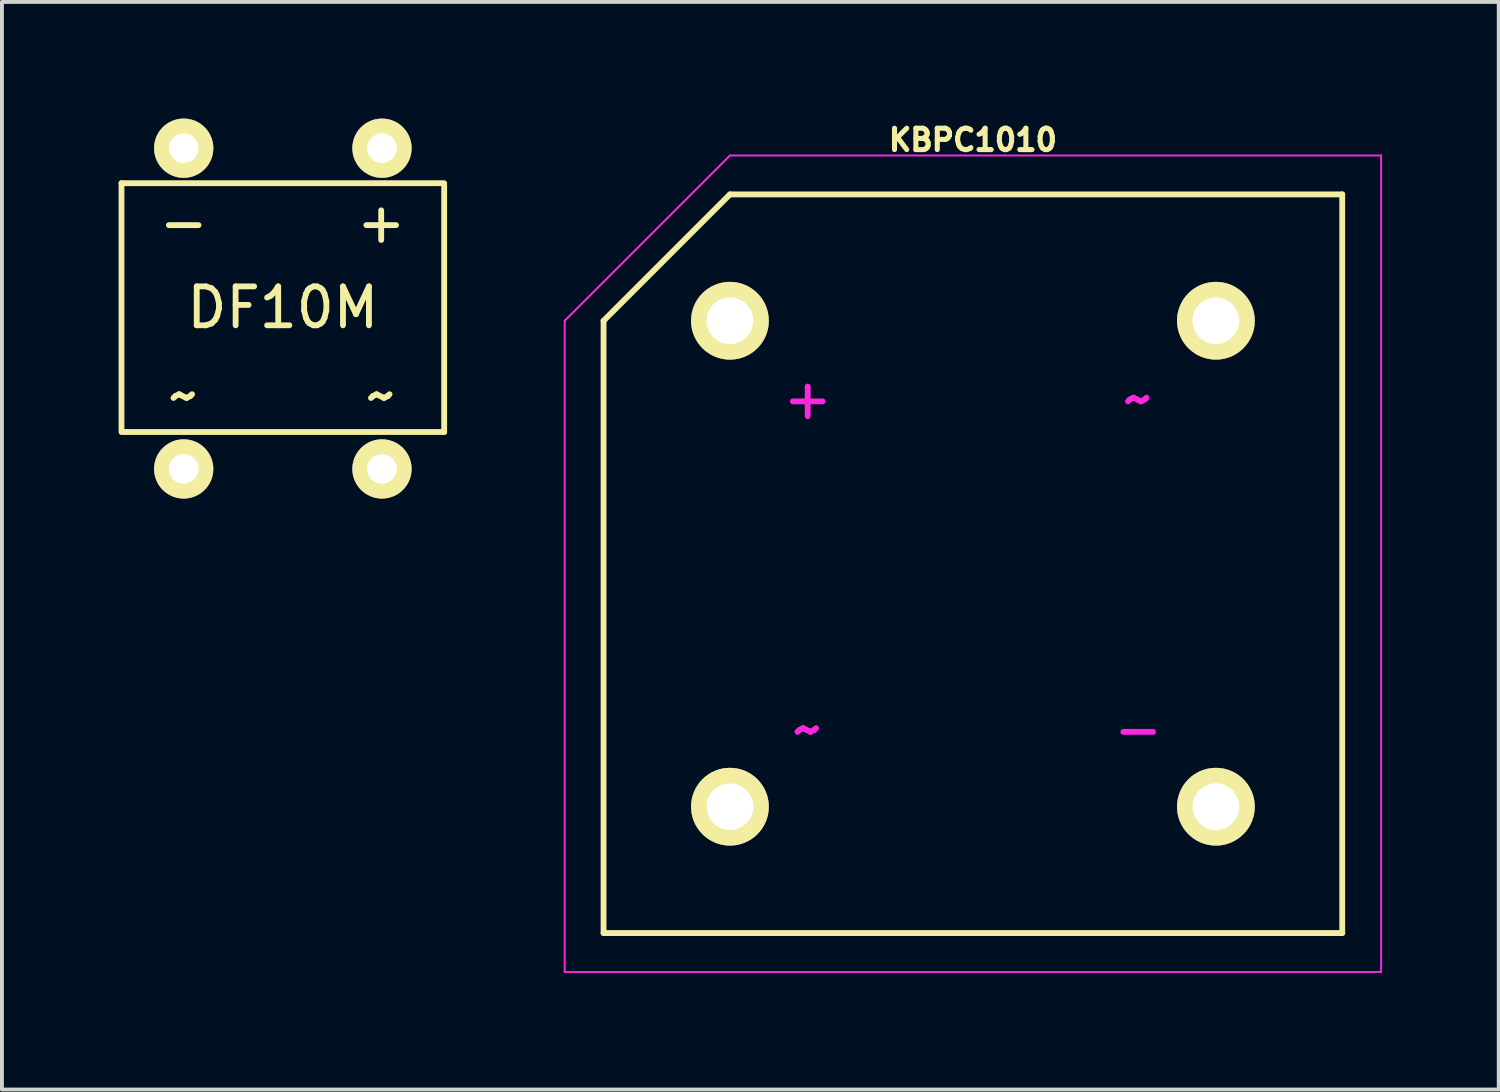
<source format=kicad_pcb>
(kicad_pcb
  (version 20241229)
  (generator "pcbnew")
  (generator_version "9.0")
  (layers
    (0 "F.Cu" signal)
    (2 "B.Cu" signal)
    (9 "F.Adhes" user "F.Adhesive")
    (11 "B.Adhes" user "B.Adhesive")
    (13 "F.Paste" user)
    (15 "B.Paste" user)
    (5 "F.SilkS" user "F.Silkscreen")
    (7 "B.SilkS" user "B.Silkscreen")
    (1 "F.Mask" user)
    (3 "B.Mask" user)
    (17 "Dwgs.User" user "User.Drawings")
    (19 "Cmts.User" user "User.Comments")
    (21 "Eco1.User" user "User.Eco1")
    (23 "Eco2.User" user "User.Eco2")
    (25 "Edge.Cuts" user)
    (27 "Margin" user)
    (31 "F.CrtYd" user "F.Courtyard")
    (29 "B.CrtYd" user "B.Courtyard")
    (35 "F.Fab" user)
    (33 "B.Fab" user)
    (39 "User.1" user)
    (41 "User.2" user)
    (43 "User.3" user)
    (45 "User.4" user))
  (footprint "DF10M"
    (layer "F.Cu")
    (at 4.225 4.862)
    (property "Reference" "DF10M" (at 0 0 0) (layer "F.SilkS") (effects (font (size 1 1) (thickness 0.15))))
    (attr through_hole)
    (fp_line (start -4.15 -3.2) (end -4.15 3.15) (stroke (width 0.15) (type solid)) (layer "F.SilkS"))
    (fp_line (start -4.15 -3.2) (end 4.15 -3.2) (stroke (width 0.15) (type solid)) (layer "F.SilkS"))
    (fp_line (start -4.15 3.2) (end 4.15 3.2) (stroke (width 0.15) (type solid)) (layer "F.SilkS"))
    (fp_line (start 4.15 -3.15) (end 4.15 3.2) (stroke (width 0.15) (type solid)) (layer "F.SilkS"))
    (fp_text user "+" (at 2.53 -2.195 0) (layer "F.SilkS") (effects (font (size 1 1) (thickness 0.15))))
    (fp_text user "~" (at -2.55 2.25 0) (layer "F.SilkS") (effects (font (size 1 1) (thickness 0.15))))
    (fp_text user "-" (at -2.55 -2.195 0) (layer "F.SilkS") (effects (font (size 1 1) (thickness 0.15))))
    (fp_text user "~" (at 2.53 2.25 0) (layer "F.SilkS") (effects (font (size 1 1) (thickness 0.15))))
    (pad "1" thru_hole circle (at -2.55 4.15) (size 1.524 1.524) (drill 0.762) (layers "*.Cu" "*.Mask" "F.SilkS"))
    (pad "2" thru_hole circle (at 2.55 4.15) (size 1.524 1.524) (drill 0.762) (layers "*.Cu" "*.Mask" "F.SilkS"))
    (pad "3" thru_hole circle (at 2.55 -4.1) (size 1.524 1.524) (drill 0.762) (layers "*.Cu" "*.Mask" "F.SilkS"))
    (pad "4" thru_hole circle (at -2.55 -4.1) (size 1.524 1.524) (drill 0.762) (layers "*.Cu" "*.Mask" "F.SilkS")))
  (footprint "KBPC1010"
    (layer "F.Cu")
    (at 21.975 11.45)
    (property "Reference" "KBPC1010" (at 0 -10.9 0) (layer "F.SilkS") (effects (font (size 0.55 0.55) (thickness 0.13))))
    (attr through_hole)
    (fp_line (start -9.5 -6.25) (end -9.5 9.5) (stroke (width 0.15) (type solid)) (layer "F.SilkS"))
    (fp_line (start -9.5 9.5) (end 9.5 9.5) (stroke (width 0.15) (type solid)) (layer "F.SilkS"))
    (fp_line (start -6.25 -9.5) (end -9.5 -6.25) (stroke (width 0.15) (type solid)) (layer "F.SilkS"))
    (fp_line (start 9.5 -9.5) (end -6.25 -9.5) (stroke (width 0.15) (type solid)) (layer "F.SilkS"))
    (fp_line (start 9.5 9.5) (end 9.5 -9.5) (stroke (width 0.15) (type solid)) (layer "F.SilkS"))
    (fp_line (start -10.5 -6.25) (end -10.5 10.5) (stroke (width 0.05) (type solid)) (layer "F.CrtYd"))
    (fp_line (start -6.25 -10.5) (end -10.5 -6.25) (stroke (width 0.05) (type solid)) (layer "F.CrtYd"))
    (fp_line (start -6.25 -10.5) (end 10.5 -10.5) (stroke (width 0.05) (type solid)) (layer "F.CrtYd"))
    (fp_line (start 10.5 -10.5) (end 10.5 10.5) (stroke (width 0.05) (type solid)) (layer "F.CrtYd"))
    (fp_line (start 10.5 10.5) (end -10.5 10.5) (stroke (width 0.05) (type solid)) (layer "F.CrtYd"))
    (fp_text user "~" (at -4.25 4.25 0) (layer "F.CrtYd") (effects (font (size 1 1) (thickness 0.15))))
    (fp_text user "-" (at 4.25 4.25 0) (layer "F.CrtYd") (effects (font (size 1 1) (thickness 0.15))))
    (fp_text user "~" (at 4.25 -4.25 0) (layer "F.CrtYd") (effects (font (size 1 1) (thickness 0.15))))
    (fp_text user "+" (at -4.25 -4.25 0) (layer "F.CrtYd") (effects (font (size 1 1) (thickness 0.15))))
    (pad "1" thru_hole circle (at -6.25 -6.25) (size 2 2) (drill 1.2) (layers "*.Cu" "*.Mask" "F.SilkS"))
    (pad "1" thru_hole circle (at -6.25 6.25) (size 2 2) (drill 1.2) (layers "*.Cu" "*.Mask" "F.SilkS"))
    (pad "1" thru_hole circle (at 6.25 -6.25) (size 2 2) (drill 1.2) (layers "*.Cu" "*.Mask" "F.SilkS"))
    (pad "1" thru_hole circle (at 6.25 6.25) (size 2 2) (drill 1.2) (layers "*.Cu" "*.Mask" "F.SilkS")))
  (gr_rect
    (start -3 -3)
    (end 35.5 24.975)
    (stroke (width 0.1) (type default))
    (fill no)
    (layer "Edge.Cuts")))
</source>
